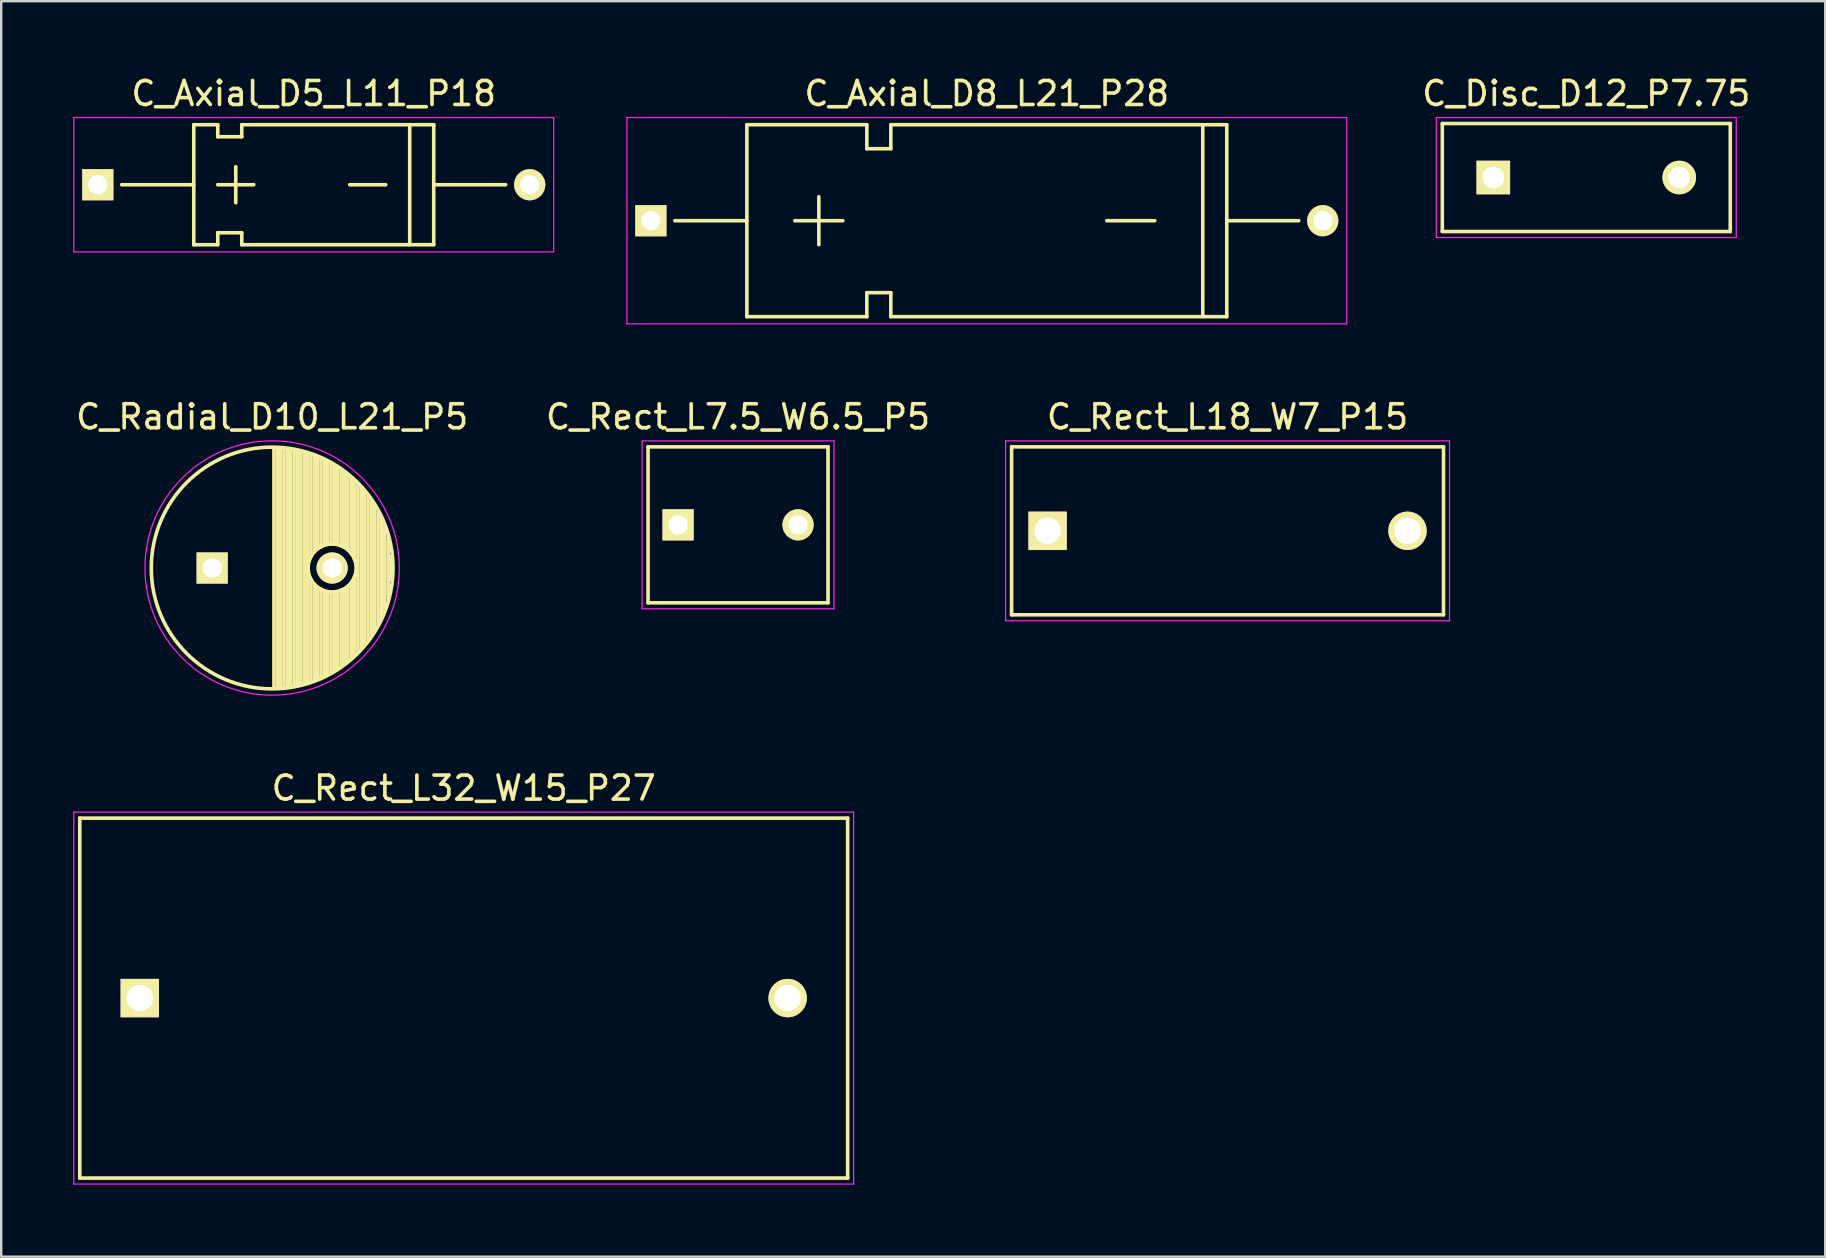
<source format=kicad_pcb>
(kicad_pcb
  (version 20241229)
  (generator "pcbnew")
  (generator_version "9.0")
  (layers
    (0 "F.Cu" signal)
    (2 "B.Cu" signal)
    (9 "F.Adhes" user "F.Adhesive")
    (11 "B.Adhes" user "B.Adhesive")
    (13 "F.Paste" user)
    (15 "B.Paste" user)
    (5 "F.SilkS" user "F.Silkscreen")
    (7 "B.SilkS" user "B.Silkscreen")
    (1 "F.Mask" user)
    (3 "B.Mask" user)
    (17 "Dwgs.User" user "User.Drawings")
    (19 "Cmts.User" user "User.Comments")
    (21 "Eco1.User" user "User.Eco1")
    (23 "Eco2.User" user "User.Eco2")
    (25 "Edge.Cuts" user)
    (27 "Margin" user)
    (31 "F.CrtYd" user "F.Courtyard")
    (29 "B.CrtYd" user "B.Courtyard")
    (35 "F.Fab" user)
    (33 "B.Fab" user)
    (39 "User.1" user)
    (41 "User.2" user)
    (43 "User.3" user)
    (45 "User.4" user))
  (footprint "C_Radial_D10_L21_P5"
    (layer "F.Cu")
    (at 5.792 20.622)
    (property "Reference" "C_Radial_D10_L21_P5" (at 2.5 -6.3 0) (layer "F.SilkS") (effects (font (size 1 1) (thickness 0.15))))
    (attr through_hole)
    (fp_line (start 2.575 -4.999) (end 2.575 4.999) (stroke (width 0.15) (type solid)) (layer "F.SilkS"))
    (fp_line (start 2.715 -4.995) (end 2.715 4.995) (stroke (width 0.15) (type solid)) (layer "F.SilkS"))
    (fp_line (start 2.855 -4.987) (end 2.855 4.987) (stroke (width 0.15) (type solid)) (layer "F.SilkS"))
    (fp_line (start 2.995 -4.975) (end 2.995 4.975) (stroke (width 0.15) (type solid)) (layer "F.SilkS"))
    (fp_line (start 3.135 -4.96) (end 3.135 4.96) (stroke (width 0.15) (type solid)) (layer "F.SilkS"))
    (fp_line (start 3.275 -4.94) (end 3.275 4.94) (stroke (width 0.15) (type solid)) (layer "F.SilkS"))
    (fp_line (start 3.415 -4.916) (end 3.415 4.916) (stroke (width 0.15) (type solid)) (layer "F.SilkS"))
    (fp_line (start 3.555 -4.887) (end 3.555 4.887) (stroke (width 0.15) (type solid)) (layer "F.SilkS"))
    (fp_line (start 3.695 -4.855) (end 3.695 4.855) (stroke (width 0.15) (type solid)) (layer "F.SilkS"))
    (fp_line (start 3.835 -4.818) (end 3.835 4.818) (stroke (width 0.15) (type solid)) (layer "F.SilkS"))
    (fp_line (start 3.975 -4.777) (end 3.975 4.777) (stroke (width 0.15) (type solid)) (layer "F.SilkS"))
    (fp_line (start 4.115 -4.732) (end 4.115 -0.466) (stroke (width 0.15) (type solid)) (layer "F.SilkS"))
    (fp_line (start 4.115 0.466) (end 4.115 4.732) (stroke (width 0.15) (type solid)) (layer "F.SilkS"))
    (fp_line (start 4.255 -4.682) (end 4.255 -0.667) (stroke (width 0.15) (type solid)) (layer "F.SilkS"))
    (fp_line (start 4.255 0.667) (end 4.255 4.682) (stroke (width 0.15) (type solid)) (layer "F.SilkS"))
    (fp_line (start 4.395 -4.627) (end 4.395 -0.796) (stroke (width 0.15) (type solid)) (layer "F.SilkS"))
    (fp_line (start 4.395 0.796) (end 4.395 4.627) (stroke (width 0.15) (type solid)) (layer "F.SilkS"))
    (fp_line (start 4.535 -4.567) (end 4.535 -0.885) (stroke (width 0.15) (type solid)) (layer "F.SilkS"))
    (fp_line (start 4.535 0.885) (end 4.535 4.567) (stroke (width 0.15) (type solid)) (layer "F.SilkS"))
    (fp_line (start 4.675 -4.502) (end 4.675 -0.946) (stroke (width 0.15) (type solid)) (layer "F.SilkS"))
    (fp_line (start 4.675 0.946) (end 4.675 4.502) (stroke (width 0.15) (type solid)) (layer "F.SilkS"))
    (fp_line (start 4.815 -4.432) (end 4.815 -0.983) (stroke (width 0.15) (type solid)) (layer "F.SilkS"))
    (fp_line (start 4.815 0.983) (end 4.815 4.432) (stroke (width 0.15) (type solid)) (layer "F.SilkS"))
    (fp_line (start 4.955 -4.356) (end 4.955 -0.999) (stroke (width 0.15) (type solid)) (layer "F.SilkS"))
    (fp_line (start 4.955 0.999) (end 4.955 4.356) (stroke (width 0.15) (type solid)) (layer "F.SilkS"))
    (fp_line (start 5.095 -4.274) (end 5.095 -0.995) (stroke (width 0.15) (type solid)) (layer "F.SilkS"))
    (fp_line (start 5.095 0.995) (end 5.095 4.274) (stroke (width 0.15) (type solid)) (layer "F.SilkS"))
    (fp_line (start 5.235 -4.186) (end 5.235 -0.972) (stroke (width 0.15) (type solid)) (layer "F.SilkS"))
    (fp_line (start 5.235 0.972) (end 5.235 4.186) (stroke (width 0.15) (type solid)) (layer "F.SilkS"))
    (fp_line (start 5.375 -4.091) (end 5.375 -0.927) (stroke (width 0.15) (type solid)) (layer "F.SilkS"))
    (fp_line (start 5.375 0.927) (end 5.375 4.091) (stroke (width 0.15) (type solid)) (layer "F.SilkS"))
    (fp_line (start 5.515 -3.989) (end 5.515 -0.857) (stroke (width 0.15) (type solid)) (layer "F.SilkS"))
    (fp_line (start 5.515 0.857) (end 5.515 3.989) (stroke (width 0.15) (type solid)) (layer "F.SilkS"))
    (fp_line (start 5.655 -3.879) (end 5.655 -0.756) (stroke (width 0.15) (type solid)) (layer "F.SilkS"))
    (fp_line (start 5.655 0.756) (end 5.655 3.879) (stroke (width 0.15) (type solid)) (layer "F.SilkS"))
    (fp_line (start 5.795 -3.761) (end 5.795 -0.607) (stroke (width 0.15) (type solid)) (layer "F.SilkS"))
    (fp_line (start 5.795 0.607) (end 5.795 3.761) (stroke (width 0.15) (type solid)) (layer "F.SilkS"))
    (fp_line (start 5.935 -3.633) (end 5.935 -0.355) (stroke (width 0.15) (type solid)) (layer "F.SilkS"))
    (fp_line (start 5.935 0.355) (end 5.935 3.633) (stroke (width 0.15) (type solid)) (layer "F.SilkS"))
    (fp_line (start 6.075 -3.496) (end 6.075 3.496) (stroke (width 0.15) (type solid)) (layer "F.SilkS"))
    (fp_line (start 6.215 -3.346) (end 6.215 3.346) (stroke (width 0.15) (type solid)) (layer "F.SilkS"))
    (fp_line (start 6.355 -3.184) (end 6.355 3.184) (stroke (width 0.15) (type solid)) (layer "F.SilkS"))
    (fp_line (start 6.495 -3.007) (end 6.495 3.007) (stroke (width 0.15) (type solid)) (layer "F.SilkS"))
    (fp_line (start 6.635 -2.811) (end 6.635 2.811) (stroke (width 0.15) (type solid)) (layer "F.SilkS"))
    (fp_line (start 6.775 -2.593) (end 6.775 2.593) (stroke (width 0.15) (type solid)) (layer "F.SilkS"))
    (fp_line (start 6.915 -2.347) (end 6.915 2.347) (stroke (width 0.15) (type solid)) (layer "F.SilkS"))
    (fp_line (start 7.055 -2.062) (end 7.055 2.062) (stroke (width 0.15) (type solid)) (layer "F.SilkS"))
    (fp_line (start 7.195 -1.72) (end 7.195 1.72) (stroke (width 0.15) (type solid)) (layer "F.SilkS"))
    (fp_line (start 7.335 -1.274) (end 7.335 1.274) (stroke (width 0.15) (type solid)) (layer "F.SilkS"))
    (fp_line (start 7.475 -0.499) (end 7.475 0.499) (stroke (width 0.15) (type solid)) (layer "F.SilkS"))
    (fp_circle (center 2.5 0) (end 2.5 -5.037) (stroke (width 0.15) (type solid)) (fill no) (layer "F.SilkS"))
    (fp_circle (center 5 0) (end 5 -1) (stroke (width 0.15) (type solid)) (fill no) (layer "F.SilkS"))
    (fp_circle (center 2.5 0) (end 2.5 -5.3) (stroke (width 0.05) (type solid)) (fill no) (layer "F.CrtYd"))
    (pad "1" thru_hole rect (at 0 0) (size 1.3 1.3) (drill 0.8) (layers "*.Cu" "*.Mask" "F.SilkS"))
    (pad "2" thru_hole circle (at 5 0) (size 1.3 1.3) (drill 0.8) (layers "*.Cu" "*.Mask" "F.SilkS")))
  (footprint "C_Disc_D12_P7.75"
    (layer "F.Cu")
    (at 59.183 4.348)
    (property "Reference" "C_Disc_D12_P7.75" (at 3.875 -3.5 0) (layer "F.SilkS") (effects (font (size 1 1) (thickness 0.15))))
    (attr through_hole)
    (fp_line (start -2.125 -2.25) (end 9.875 -2.25) (stroke (width 0.15) (type solid)) (layer "F.SilkS"))
    (fp_line (start -2.125 2.25) (end -2.125 -2.25) (stroke (width 0.15) (type solid)) (layer "F.SilkS"))
    (fp_line (start 9.875 -2.25) (end 9.875 2.25) (stroke (width 0.15) (type solid)) (layer "F.SilkS"))
    (fp_line (start 9.875 2.25) (end -2.125 2.25) (stroke (width 0.15) (type solid)) (layer "F.SilkS"))
    (fp_line (start -2.375 -2.5) (end 10.125 -2.5) (stroke (width 0.05) (type solid)) (layer "F.CrtYd"))
    (fp_line (start -2.375 2.5) (end -2.375 -2.5) (stroke (width 0.05) (type solid)) (layer "F.CrtYd"))
    (fp_line (start 10.125 -2.5) (end 10.125 2.5) (stroke (width 0.05) (type solid)) (layer "F.CrtYd"))
    (fp_line (start 10.125 2.5) (end -2.375 2.5) (stroke (width 0.05) (type solid)) (layer "F.CrtYd"))
    (pad "1" thru_hole rect (at 0 0) (size 1.4 1.4) (drill 0.9) (layers "*.Cu" "*.Mask" "F.SilkS"))
    (pad "2" thru_hole circle (at 7.75 0) (size 1.4 1.4) (drill 0.9) (layers "*.Cu" "*.Mask" "F.SilkS")))
  (footprint "C_Rect_L7.5_W6.5_P5"
    (layer "F.Cu")
    (at 25.208 18.822)
    (property "Reference" "C_Rect_L7.5_W6.5_P5" (at 2.5 -4.5 0) (layer "F.SilkS") (effects (font (size 1 1) (thickness 0.15))))
    (attr through_hole)
    (fp_line (start -1.25 -3.25) (end 6.25 -3.25) (stroke (width 0.15) (type solid)) (layer "F.SilkS"))
    (fp_line (start -1.25 3.25) (end -1.25 -3.25) (stroke (width 0.15) (type solid)) (layer "F.SilkS"))
    (fp_line (start 6.25 -3.25) (end 6.25 3.25) (stroke (width 0.15) (type solid)) (layer "F.SilkS"))
    (fp_line (start 6.25 3.25) (end -1.25 3.25) (stroke (width 0.15) (type solid)) (layer "F.SilkS"))
    (fp_line (start -1.5 -3.5) (end 6.5 -3.5) (stroke (width 0.05) (type solid)) (layer "F.CrtYd"))
    (fp_line (start -1.5 3.5) (end -1.5 -3.5) (stroke (width 0.05) (type solid)) (layer "F.CrtYd"))
    (fp_line (start 6.5 -3.5) (end 6.5 3.5) (stroke (width 0.05) (type solid)) (layer "F.CrtYd"))
    (fp_line (start 6.5 3.5) (end -1.5 3.5) (stroke (width 0.05) (type solid)) (layer "F.CrtYd"))
    (pad "1" thru_hole rect (at 0 0) (size 1.3 1.3) (drill 0.8) (layers "*.Cu" "*.Mask" "F.SilkS"))
    (pad "2" thru_hole circle (at 5 0) (size 1.3 1.3) (drill 0.8) (layers "*.Cu" "*.Mask" "F.SilkS")))
  (footprint "C_Axial_D8_L21_P28"
    (layer "F.Cu")
    (at 24.075 6.148)
    (property "Reference" "C_Axial_D8_L21_P28" (at 14 -5.3 0) (layer "F.SilkS") (effects (font (size 1 1) (thickness 0.15))))
    (attr through_hole)
    (fp_line (start 4 0) (end 1 0) (stroke (width 0.15) (type solid)) (layer "F.SilkS"))
    (fp_line (start 4 4) (end 4 -4) (stroke (width 0.15) (type solid)) (layer "F.SilkS"))
    (fp_line (start 6 0) (end 8 0) (stroke (width 0.15) (type solid)) (layer "F.SilkS"))
    (fp_line (start 7 1) (end 7 -1) (stroke (width 0.15) (type solid)) (layer "F.SilkS"))
    (fp_line (start 9 -4) (end 4 -4) (stroke (width 0.15) (type solid)) (layer "F.SilkS"))
    (fp_line (start 9 -4) (end 9 -3) (stroke (width 0.15) (type solid)) (layer "F.SilkS"))
    (fp_line (start 9 -3) (end 10 -3) (stroke (width 0.15) (type solid)) (layer "F.SilkS"))
    (fp_line (start 9 3) (end 9 4) (stroke (width 0.15) (type solid)) (layer "F.SilkS"))
    (fp_line (start 9 4) (end 4 4) (stroke (width 0.15) (type solid)) (layer "F.SilkS"))
    (fp_line (start 10 -3) (end 10 -4) (stroke (width 0.15) (type solid)) (layer "F.SilkS"))
    (fp_line (start 10 3) (end 9 3) (stroke (width 0.15) (type solid)) (layer "F.SilkS"))
    (fp_line (start 10 4) (end 10 3) (stroke (width 0.15) (type solid)) (layer "F.SilkS"))
    (fp_line (start 10 4) (end 24 4) (stroke (width 0.15) (type solid)) (layer "F.SilkS"))
    (fp_line (start 19 0) (end 21 0) (stroke (width 0.15) (type solid)) (layer "F.SilkS"))
    (fp_line (start 23 -4) (end 23 4) (stroke (width 0.15) (type solid)) (layer "F.SilkS"))
    (fp_line (start 24 -4) (end 10 -4) (stroke (width 0.15) (type solid)) (layer "F.SilkS"))
    (fp_line (start 24 4) (end 24 -4) (stroke (width 0.15) (type solid)) (layer "F.SilkS"))
    (fp_line (start 27 0) (end 24 0) (stroke (width 0.15) (type solid)) (layer "F.SilkS"))
    (fp_line (start -1 -4.3) (end 29 -4.3) (stroke (width 0.05) (type solid)) (layer "F.CrtYd"))
    (fp_line (start -1 4.3) (end -1 -4.3) (stroke (width 0.05) (type solid)) (layer "F.CrtYd"))
    (fp_line (start 29 -4.3) (end 29 4.3) (stroke (width 0.05) (type solid)) (layer "F.CrtYd"))
    (fp_line (start 29 4.3) (end -1 4.3) (stroke (width 0.05) (type solid)) (layer "F.CrtYd"))
    (pad "1" thru_hole rect (at 0 0) (size 1.3 1.3) (drill 0.8) (layers "*.Cu" "*.Mask" "F.SilkS"))
    (pad "2" thru_hole circle (at 28 0) (size 1.3 1.3) (drill 0.8) (layers "*.Cu" "*.Mask" "F.SilkS")))
  (footprint "C_Rect_L18_W7_P15"
    (layer "F.Cu")
    (at 40.608 19.072)
    (property "Reference" "C_Rect_L18_W7_P15" (at 7.5 -4.75 0) (layer "F.SilkS") (effects (font (size 1 1) (thickness 0.15))))
    (attr through_hole)
    (fp_line (start -1.5 -3.5) (end 16.5 -3.5) (stroke (width 0.15) (type solid)) (layer "F.SilkS"))
    (fp_line (start -1.5 3.5) (end -1.5 -3.5) (stroke (width 0.15) (type solid)) (layer "F.SilkS"))
    (fp_line (start 16.5 -3.5) (end 16.5 3.5) (stroke (width 0.15) (type solid)) (layer "F.SilkS"))
    (fp_line (start 16.5 3.5) (end -1.5 3.5) (stroke (width 0.15) (type solid)) (layer "F.SilkS"))
    (fp_line (start -1.75 -3.75) (end 16.75 -3.75) (stroke (width 0.05) (type solid)) (layer "F.CrtYd"))
    (fp_line (start -1.75 3.75) (end -1.75 -3.75) (stroke (width 0.05) (type solid)) (layer "F.CrtYd"))
    (fp_line (start 16.75 -3.75) (end 16.75 3.75) (stroke (width 0.05) (type solid)) (layer "F.CrtYd"))
    (fp_line (start 16.75 3.75) (end -1.75 3.75) (stroke (width 0.05) (type solid)) (layer "F.CrtYd"))
    (pad "1" thru_hole rect (at 0 0) (size 1.6 1.6) (drill 1.1) (layers "*.Cu" "*.Mask" "F.SilkS"))
    (pad "2" thru_hole circle (at 15 0) (size 1.6 1.6) (drill 1.1) (layers "*.Cu" "*.Mask" "F.SilkS")))
  (footprint "C_Axial_D5_L11_P18"
    (layer "F.Cu")
    (at 1.025 4.648)
    (property "Reference" "C_Axial_D5_L11_P18" (at 9 -3.8 0) (layer "F.SilkS") (effects (font (size 1 1) (thickness 0.15))))
    (attr through_hole)
    (fp_line (start 4 0) (end 1 0) (stroke (width 0.15) (type solid)) (layer "F.SilkS"))
    (fp_line (start 4 2.5) (end 4 -2.5) (stroke (width 0.15) (type solid)) (layer "F.SilkS"))
    (fp_line (start 5 -2.5) (end 4 -2.5) (stroke (width 0.15) (type solid)) (layer "F.SilkS"))
    (fp_line (start 5 -2.5) (end 5 -2) (stroke (width 0.15) (type solid)) (layer "F.SilkS"))
    (fp_line (start 5 -2) (end 6 -2) (stroke (width 0.15) (type solid)) (layer "F.SilkS"))
    (fp_line (start 5 0) (end 6.5 0) (stroke (width 0.15) (type solid)) (layer "F.SilkS"))
    (fp_line (start 5 2) (end 5 2.5) (stroke (width 0.15) (type solid)) (layer "F.SilkS"))
    (fp_line (start 5 2.5) (end 4 2.5) (stroke (width 0.15) (type solid)) (layer "F.SilkS"))
    (fp_line (start 5.75 0.75) (end 5.75 -0.75) (stroke (width 0.15) (type solid)) (layer "F.SilkS"))
    (fp_line (start 6 -2) (end 6 -2.5) (stroke (width 0.15) (type solid)) (layer "F.SilkS"))
    (fp_line (start 6 2) (end 5 2) (stroke (width 0.15) (type solid)) (layer "F.SilkS"))
    (fp_line (start 6 2.5) (end 6 2) (stroke (width 0.15) (type solid)) (layer "F.SilkS"))
    (fp_line (start 6 2.5) (end 14 2.5) (stroke (width 0.15) (type solid)) (layer "F.SilkS"))
    (fp_line (start 10.5 0) (end 12 0) (stroke (width 0.15) (type solid)) (layer "F.SilkS"))
    (fp_line (start 13 -2.5) (end 13 2.5) (stroke (width 0.15) (type solid)) (layer "F.SilkS"))
    (fp_line (start 14 -2.5) (end 6 -2.5) (stroke (width 0.15) (type solid)) (layer "F.SilkS"))
    (fp_line (start 14 2.5) (end 14 -2.5) (stroke (width 0.15) (type solid)) (layer "F.SilkS"))
    (fp_line (start 17 0) (end 14 0) (stroke (width 0.15) (type solid)) (layer "F.SilkS"))
    (fp_line (start -1 -2.8) (end 19 -2.8) (stroke (width 0.05) (type solid)) (layer "F.CrtYd"))
    (fp_line (start -1 2.8) (end -1 -2.8) (stroke (width 0.05) (type solid)) (layer "F.CrtYd"))
    (fp_line (start 19 -2.8) (end 19 2.8) (stroke (width 0.05) (type solid)) (layer "F.CrtYd"))
    (fp_line (start 19 2.8) (end -1 2.8) (stroke (width 0.05) (type solid)) (layer "F.CrtYd"))
    (pad "1" thru_hole rect (at 0 0) (size 1.3 1.3) (drill 0.8) (layers "*.Cu" "*.Mask" "F.SilkS"))
    (pad "2" thru_hole circle (at 18 0) (size 1.3 1.3) (drill 0.8) (layers "*.Cu" "*.Mask" "F.SilkS")))
  (footprint "C_Rect_L32_W15_P27"
    (layer "F.Cu")
    (at 2.775 38.545)
    (property "Reference" "C_Rect_L32_W15_P27" (at 13.5 -8.75 0) (layer "F.SilkS") (effects (font (size 1 1) (thickness 0.15))))
    (attr through_hole)
    (fp_line (start -2.5 -7.5) (end 29.5 -7.5) (stroke (width 0.15) (type solid)) (layer "F.SilkS"))
    (fp_line (start -2.5 7.5) (end -2.5 -7.5) (stroke (width 0.15) (type solid)) (layer "F.SilkS"))
    (fp_line (start 29.5 -7.5) (end 29.5 7.5) (stroke (width 0.15) (type solid)) (layer "F.SilkS"))
    (fp_line (start 29.5 7.5) (end -2.5 7.5) (stroke (width 0.15) (type solid)) (layer "F.SilkS"))
    (fp_line (start -2.75 -7.75) (end 29.75 -7.75) (stroke (width 0.05) (type solid)) (layer "F.CrtYd"))
    (fp_line (start -2.75 7.75) (end -2.75 -7.75) (stroke (width 0.05) (type solid)) (layer "F.CrtYd"))
    (fp_line (start 29.75 -7.75) (end 29.75 7.75) (stroke (width 0.05) (type solid)) (layer "F.CrtYd"))
    (fp_line (start 29.75 7.75) (end -2.75 7.75) (stroke (width 0.05) (type solid)) (layer "F.CrtYd"))
    (pad "1" thru_hole rect (at 0 0) (size 1.6 1.6) (drill 1.1) (layers "*.Cu" "*.Mask" "F.SilkS"))
    (pad "2" thru_hole circle (at 27 0) (size 1.6 1.6) (drill 1.1) (layers "*.Cu" "*.Mask" "F.SilkS")))
  (gr_rect
    (start -3 -3)
    (end 73.017 49.32)
    (stroke (width 0.1) (type default))
    (fill no)
    (layer "Edge.Cuts")))
</source>
